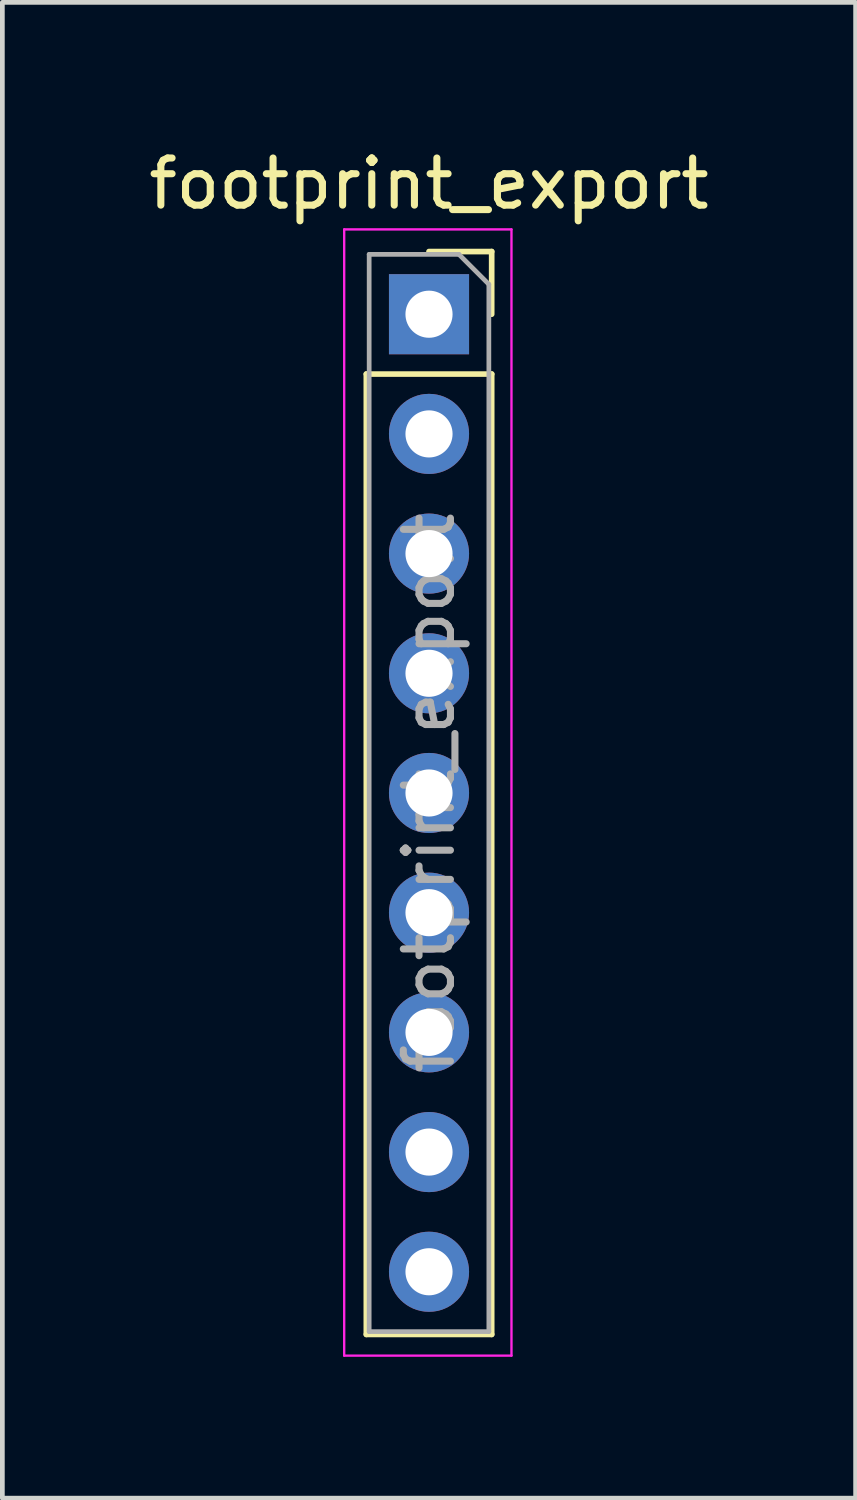
<source format=kicad_pcb>
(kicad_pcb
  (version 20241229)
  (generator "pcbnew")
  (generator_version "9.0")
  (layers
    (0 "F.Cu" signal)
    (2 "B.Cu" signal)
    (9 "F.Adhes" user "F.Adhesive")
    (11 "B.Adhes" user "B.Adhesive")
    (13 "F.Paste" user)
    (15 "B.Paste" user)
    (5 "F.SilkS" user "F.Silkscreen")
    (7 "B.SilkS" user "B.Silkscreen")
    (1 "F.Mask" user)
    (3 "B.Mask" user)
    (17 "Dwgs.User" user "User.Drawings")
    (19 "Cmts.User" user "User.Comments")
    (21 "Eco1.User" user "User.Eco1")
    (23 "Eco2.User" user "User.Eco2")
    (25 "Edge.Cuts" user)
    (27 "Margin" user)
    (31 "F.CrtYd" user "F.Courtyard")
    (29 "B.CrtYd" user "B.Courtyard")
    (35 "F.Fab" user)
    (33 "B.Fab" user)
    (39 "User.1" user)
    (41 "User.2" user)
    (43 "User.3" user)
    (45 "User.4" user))
  (footprint "footprint_export"
    (layer "F.Cu")
    (at 6.054 3.618)
    (property "Reference" "footprint_export" (at 0 -2.77 0) (layer "F.SilkS") (effects (font (size 1 1) (thickness 0.15))))
    (attr through_hole)
    (fp_line (start -1.33 1.27) (end -1.33 21.65) (stroke (width 0.12) (type solid)) (layer "F.SilkS"))
    (fp_line (start -1.33 1.27) (end 1.33 1.27) (stroke (width 0.12) (type solid)) (layer "F.SilkS"))
    (fp_line (start -1.33 21.65) (end 1.33 21.65) (stroke (width 0.12) (type solid)) (layer "F.SilkS"))
    (fp_line (start 0 -1.33) (end 1.33 -1.33) (stroke (width 0.12) (type solid)) (layer "F.SilkS"))
    (fp_line (start 1.33 -1.33) (end 1.33 0) (stroke (width 0.12) (type solid)) (layer "F.SilkS"))
    (fp_line (start 1.33 1.27) (end 1.33 21.65) (stroke (width 0.12) (type solid)) (layer "F.SilkS"))
    (fp_line (start -1.8 -1.8) (end 1.75 -1.8) (stroke (width 0.05) (type solid)) (layer "F.CrtYd"))
    (fp_line (start -1.8 22.1) (end -1.8 -1.8) (stroke (width 0.05) (type solid)) (layer "F.CrtYd"))
    (fp_line (start 1.75 -1.8) (end 1.75 22.1) (stroke (width 0.05) (type solid)) (layer "F.CrtYd"))
    (fp_line (start 1.75 22.1) (end -1.8 22.1) (stroke (width 0.05) (type solid)) (layer "F.CrtYd"))
    (fp_line (start -1.27 -1.27) (end 0.635 -1.27) (stroke (width 0.1) (type solid)) (layer "F.Fab"))
    (fp_line (start -1.27 21.59) (end -1.27 -1.27) (stroke (width 0.1) (type solid)) (layer "F.Fab"))
    (fp_line (start 0.635 -1.27) (end 1.27 -0.635) (stroke (width 0.1) (type solid)) (layer "F.Fab"))
    (fp_line (start 1.27 -0.635) (end 1.27 21.59) (stroke (width 0.1) (type solid)) (layer "F.Fab"))
    (fp_line (start 1.27 21.59) (end -1.27 21.59) (stroke (width 0.1) (type solid)) (layer "F.Fab"))
    (fp_text user "${REFERENCE}" (at 0 10.16 90) (layer "F.Fab") (effects (font (size 1 1) (thickness 0.15))))
    (pad "1" thru_hole rect (at 0 0) (size 1.7 1.7) (drill 1) (layers "*.Cu" "*.Mask"))
    (pad "2" thru_hole oval (at 0 2.54) (size 1.7 1.7) (drill 1) (layers "*.Cu" "*.Mask"))
    (pad "3" thru_hole oval (at 0 5.08) (size 1.7 1.7) (drill 1) (layers "*.Cu" "*.Mask"))
    (pad "4" thru_hole oval (at 0 7.62) (size 1.7 1.7) (drill 1) (layers "*.Cu" "*.Mask"))
    (pad "5" thru_hole oval (at 0 10.16) (size 1.7 1.7) (drill 1) (layers "*.Cu" "*.Mask"))
    (pad "6" thru_hole oval (at 0 12.7) (size 1.7 1.7) (drill 1) (layers "*.Cu" "*.Mask"))
    (pad "7" thru_hole oval (at 0 15.24) (size 1.7 1.7) (drill 1) (layers "*.Cu" "*.Mask"))
    (pad "8" thru_hole oval (at 0 17.78) (size 1.7 1.7) (drill 1) (layers "*.Cu" "*.Mask"))
    (pad "9" thru_hole oval (at 0 20.32) (size 1.7 1.7) (drill 1) (layers "*.Cu" "*.Mask")))
  (gr_rect
    (start -3 -3)
    (end 15.107 28.743)
    (stroke (width 0.1) (type default))
    (fill no)
    (layer "Edge.Cuts")))
</source>
